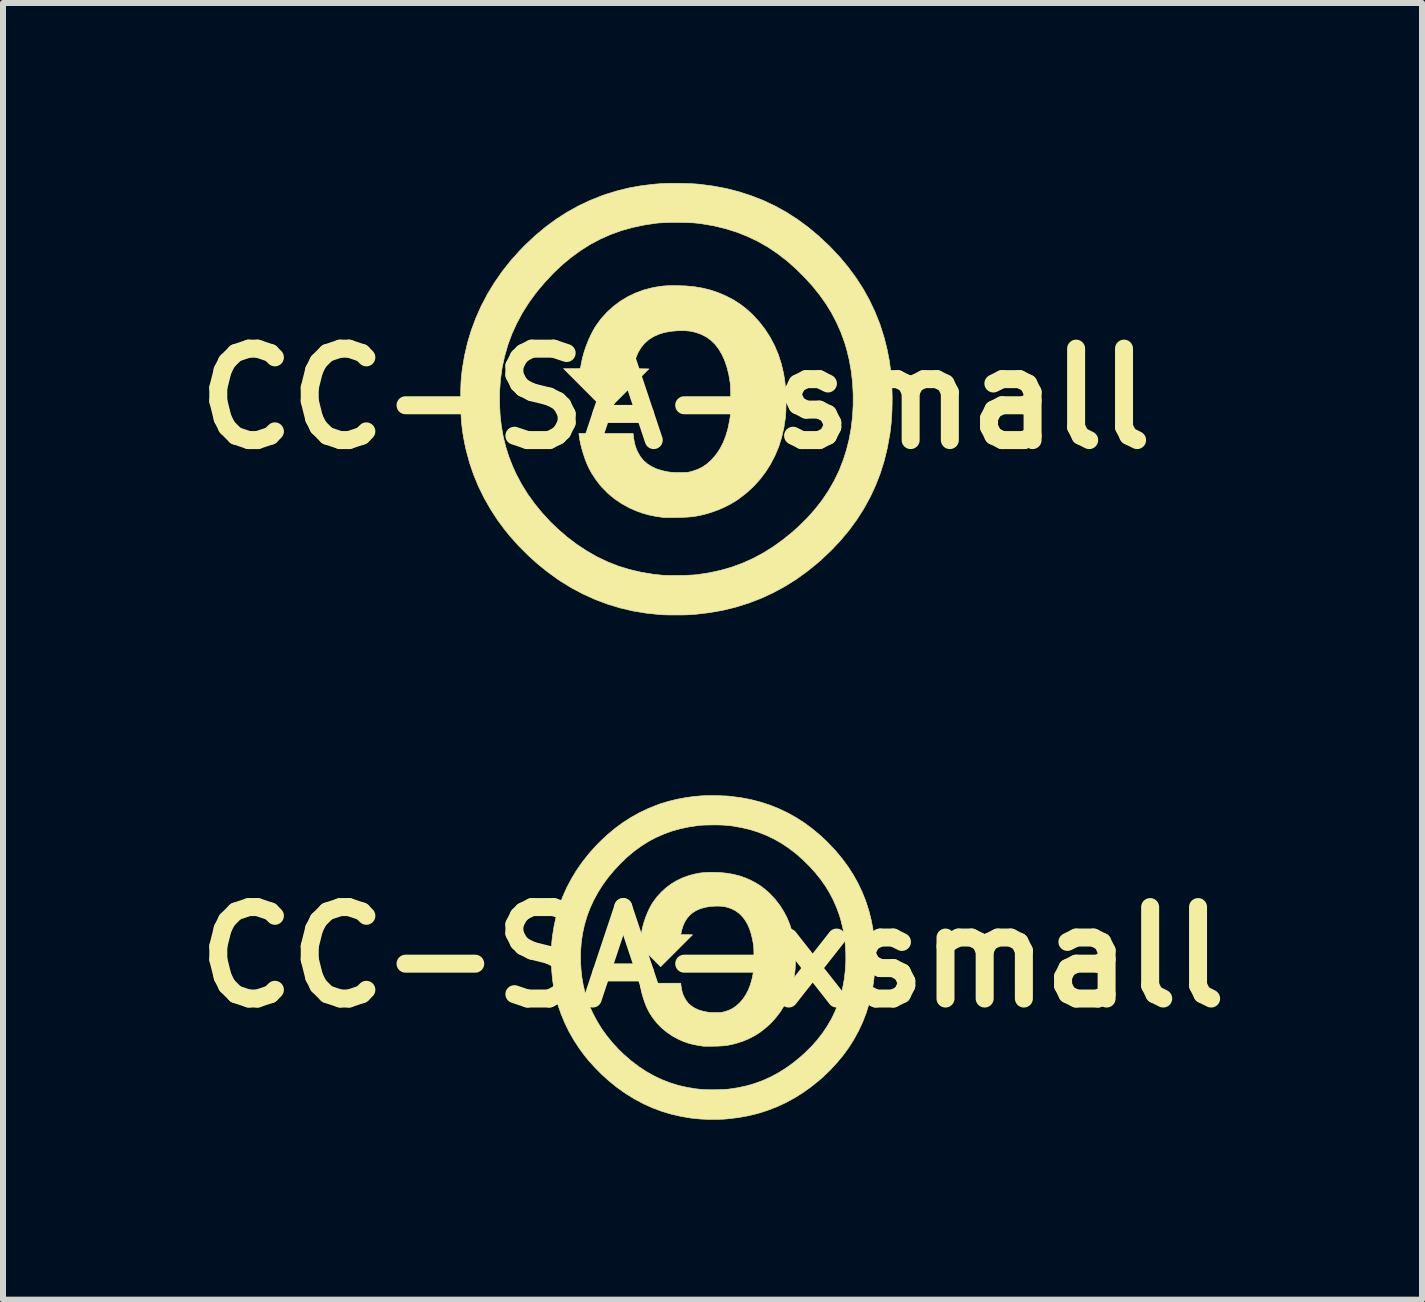
<source format=kicad_pcb>
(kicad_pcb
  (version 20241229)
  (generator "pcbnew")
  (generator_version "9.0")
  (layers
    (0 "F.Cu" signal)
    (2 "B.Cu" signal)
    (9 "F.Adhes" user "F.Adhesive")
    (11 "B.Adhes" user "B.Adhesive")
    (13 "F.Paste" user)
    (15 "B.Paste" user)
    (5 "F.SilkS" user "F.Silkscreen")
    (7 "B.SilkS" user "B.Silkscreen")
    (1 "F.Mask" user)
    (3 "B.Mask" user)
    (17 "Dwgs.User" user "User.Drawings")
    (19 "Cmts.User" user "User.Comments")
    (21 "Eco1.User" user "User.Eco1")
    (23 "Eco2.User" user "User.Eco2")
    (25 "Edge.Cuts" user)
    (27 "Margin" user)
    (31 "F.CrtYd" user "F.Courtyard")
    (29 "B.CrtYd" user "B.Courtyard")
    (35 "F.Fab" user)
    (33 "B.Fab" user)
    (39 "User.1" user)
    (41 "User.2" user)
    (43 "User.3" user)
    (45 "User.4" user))
  (footprint "CC-SA-small"
    (layer "F.Cu")
    (at 8.208 3.595)
    (property "Reference" "CC-SA-small" (at 0 0 0) (layer "F.SilkS") (effects (font (size 1.524 1.524) (thickness 0.3))))
    (attr through_hole)
    (fp_poly (pts (xy 0.169 -1.88) (xy 0.318 -1.866) (xy 0.459 -1.842) (xy 0.593 -1.808) (xy 0.723 -1.763) (xy 0.85 -1.708) (xy 0.857 -1.704) (xy 0.966 -1.647) (xy 1.065 -1.584) (xy 1.159 -1.514) (xy 1.251 -1.433) (xy 1.287 -1.399) (xy 1.395 -1.282) (xy 1.492 -1.156) (xy 1.578 -1.023) (xy 1.652 -0.882) (xy 1.714 -0.735) (xy 1.764 -0.58) (xy 1.801 -0.42) (xy 1.82 -0.305) (xy 1.831 -0.207) (xy 1.838 -0.102) (xy 1.842 0.007) (xy 1.842 0.115) (xy 1.839 0.217) (xy 1.832 0.311) (xy 1.831 0.318) (xy 1.806 0.484) (xy 1.769 0.645) (xy 1.72 0.8) (xy 1.658 0.947) (xy 1.585 1.088) (xy 1.501 1.221) (xy 1.406 1.346) (xy 1.3 1.462) (xy 1.183 1.57) (xy 1.055 1.668) (xy 1.025 1.689) (xy 0.917 1.755) (xy 0.8 1.814) (xy 0.676 1.866) (xy 0.548 1.909) (xy 0.496 1.923) (xy 0.431 1.939) (xy 0.369 1.952) (xy 0.31 1.962) (xy 0.248 1.969) (xy 0.183 1.974) (xy 0.109 1.977) (xy 0.025 1.979) (xy 0.014 1.979) (xy -0.038 1.98) (xy -0.087 1.98) (xy -0.13 1.98) (xy -0.165 1.979) (xy -0.191 1.979) (xy -0.205 1.978) (xy -0.205 1.978) (xy -0.327 1.961) (xy -0.44 1.938) (xy -0.545 1.909) (xy -0.646 1.873) (xy -0.746 1.83) (xy -0.773 1.817) (xy -0.9 1.747) (xy -1.019 1.666) (xy -1.128 1.575) (xy -1.228 1.474) (xy -1.317 1.363) (xy -1.396 1.244) (xy -1.443 1.157) (xy -1.475 1.088) (xy -1.506 1.008) (xy -1.535 0.922) (xy -1.561 0.834) (xy -1.583 0.747) (xy -1.599 0.666) (xy -1.605 0.619) (xy -1.61 0.579) (xy -0.707 0.579) (xy -0.699 0.647) (xy -0.687 0.719) (xy -0.672 0.782) (xy -0.651 0.842) (xy -0.627 0.894) (xy -0.585 0.967) (xy -0.533 1.03) (xy -0.471 1.085) (xy -0.399 1.131) (xy -0.317 1.169) (xy -0.223 1.198) (xy -0.148 1.215) (xy -0.113 1.221) (xy -0.079 1.225) (xy -0.043 1.228) (xy -0.001 1.23) (xy 0.051 1.23) (xy 0.067 1.23) (xy 0.115 1.23) (xy 0.153 1.229) (xy 0.182 1.228) (xy 0.206 1.226) (xy 0.229 1.222) (xy 0.252 1.216) (xy 0.272 1.211) (xy 0.363 1.181) (xy 0.447 1.14) (xy 0.524 1.087) (xy 0.597 1.022) (xy 0.61 1.008) (xy 0.681 0.924) (xy 0.743 0.831) (xy 0.796 0.728) (xy 0.84 0.614) (xy 0.876 0.49) (xy 0.903 0.355) (xy 0.911 0.303) (xy 0.914 0.273) (xy 0.917 0.231) (xy 0.919 0.18) (xy 0.92 0.122) (xy 0.921 0.06) (xy 0.921 -0.003) (xy 0.92 -0.066) (xy 0.919 -0.125) (xy 0.917 -0.178) (xy 0.915 -0.222) (xy 0.912 -0.256) (xy 0.912 -0.261) (xy 0.889 -0.398) (xy 0.858 -0.524) (xy 0.819 -0.638) (xy 0.773 -0.739) (xy 0.719 -0.83) (xy 0.658 -0.908) (xy 0.588 -0.975) (xy 0.511 -1.031) (xy 0.426 -1.074) (xy 0.344 -1.103) (xy 0.286 -1.118) (xy 0.229 -1.128) (xy 0.169 -1.133) (xy 0.103 -1.135) (xy 0.046 -1.134) (xy -0.072 -1.124) (xy -0.18 -1.105) (xy -0.278 -1.075) (xy -0.366 -1.036) (xy -0.444 -0.986) (xy -0.512 -0.927) (xy -0.571 -0.857) (xy -0.62 -0.777) (xy -0.659 -0.687) (xy -0.689 -0.587) (xy -0.701 -0.528) (xy -0.706 -0.501) (xy -0.575 -0.499) (xy -0.444 -0.497) (xy -1.154 0.212) (xy -1.51 -0.145) (xy -1.866 -0.501) (xy -1.727 -0.501) (xy -1.679 -0.501) (xy -1.644 -0.501) (xy -1.619 -0.502) (xy -1.602 -0.504) (xy -1.592 -0.506) (xy -1.587 -0.509) (xy -1.585 -0.513) (xy -1.582 -0.526) (xy -1.577 -0.548) (xy -1.573 -0.572) (xy -1.552 -0.673) (xy -1.523 -0.779) (xy -1.487 -0.885) (xy -1.446 -0.988) (xy -1.4 -1.085) (xy -1.352 -1.174) (xy -1.32 -1.224) (xy -1.234 -1.34) (xy -1.137 -1.446) (xy -1.032 -1.541) (xy -0.918 -1.626) (xy -0.796 -1.7) (xy -0.668 -1.761) (xy -0.533 -1.811) (xy -0.408 -1.844) (xy -0.337 -1.859) (xy -0.27 -1.87) (xy -0.204 -1.878) (xy -0.134 -1.883) (xy -0.057 -1.885) (xy 0.011 -1.885) (xy 0.169 -1.88)) (stroke (width 0.01) (type solid)) (fill yes) (layer "F.SilkS"))
    (fp_poly (pts (xy 0.069 -3.589) (xy 0.155 -3.587) (xy 0.237 -3.585) (xy 0.313 -3.581) (xy 0.38 -3.576) (xy 0.402 -3.574) (xy 0.628 -3.544) (xy 0.848 -3.503) (xy 1.061 -3.448) (xy 1.267 -3.381) (xy 1.468 -3.302) (xy 1.663 -3.21) (xy 1.852 -3.105) (xy 2.035 -2.987) (xy 2.213 -2.856) (xy 2.386 -2.711) (xy 2.554 -2.554) (xy 2.579 -2.529) (xy 2.736 -2.363) (xy 2.879 -2.191) (xy 3.009 -2.014) (xy 3.127 -1.832) (xy 3.231 -1.645) (xy 3.322 -1.453) (xy 3.401 -1.255) (xy 3.417 -1.209) (xy 3.477 -1.019) (xy 3.525 -0.828) (xy 3.563 -0.635) (xy 3.589 -0.438) (xy 3.605 -0.235) (xy 3.611 -0.025) (xy 3.61 0.092) (xy 3.607 0.202) (xy 3.602 0.302) (xy 3.595 0.396) (xy 3.586 0.486) (xy 3.574 0.578) (xy 3.569 0.606) (xy 3.529 0.826) (xy 3.477 1.039) (xy 3.412 1.246) (xy 3.334 1.446) (xy 3.244 1.64) (xy 3.141 1.828) (xy 3.025 2.01) (xy 2.897 2.186) (xy 2.756 2.356) (xy 2.602 2.52) (xy 2.435 2.678) (xy 2.367 2.738) (xy 2.189 2.882) (xy 2.006 3.013) (xy 1.817 3.131) (xy 1.622 3.236) (xy 1.422 3.328) (xy 1.216 3.407) (xy 1.005 3.473) (xy 0.789 3.526) (xy 0.568 3.565) (xy 0.341 3.592) (xy 0.262 3.598) (xy 0.21 3.601) (xy 0.147 3.603) (xy 0.077 3.604) (xy 0.004 3.604) (xy -0.07 3.604) (xy -0.14 3.603) (xy -0.204 3.601) (xy -0.257 3.598) (xy -0.265 3.597) (xy -0.487 3.574) (xy -0.705 3.538) (xy -0.919 3.488) (xy -1.128 3.425) (xy -1.332 3.349) (xy -1.531 3.259) (xy -1.726 3.157) (xy -1.915 3.041) (xy -1.966 3.007) (xy -2.134 2.885) (xy -2.299 2.752) (xy -2.458 2.608) (xy -2.61 2.456) (xy -2.752 2.298) (xy -2.837 2.194) (xy -2.966 2.021) (xy -3.083 1.84) (xy -3.189 1.654) (xy -3.283 1.463) (xy -3.364 1.267) (xy -3.432 1.069) (xy -3.486 0.869) (xy -3.489 0.858) (xy -3.514 0.743) (xy -3.534 0.635) (xy -3.551 0.529) (xy -3.563 0.424) (xy -3.572 0.315) (xy -3.577 0.2) (xy -3.58 0.081) (xy -2.933 0.081) (xy -2.923 0.272) (xy -2.903 0.454) (xy -2.872 0.629) (xy -2.83 0.799) (xy -2.777 0.966) (xy -2.713 1.13) (xy -2.659 1.249) (xy -2.568 1.421) (xy -2.465 1.588) (xy -2.348 1.75) (xy -2.22 1.907) (xy -2.08 2.058) (xy -1.965 2.168) (xy -1.807 2.305) (xy -1.645 2.428) (xy -1.478 2.538) (xy -1.308 2.635) (xy -1.132 2.719) (xy -0.951 2.79) (xy -0.765 2.847) (xy -0.573 2.892) (xy -0.375 2.925) (xy -0.215 2.942) (xy -0.174 2.944) (xy -0.122 2.946) (xy -0.061 2.946) (xy 0.005 2.946) (xy 0.074 2.945) (xy 0.142 2.944) (xy 0.208 2.942) (xy 0.268 2.939) (xy 0.32 2.936) (xy 0.36 2.932) (xy 0.558 2.902) (xy 0.749 2.861) (xy 0.934 2.808) (xy 1.114 2.742) (xy 1.289 2.664) (xy 1.459 2.573) (xy 1.626 2.469) (xy 1.789 2.352) (xy 1.949 2.222) (xy 2.046 2.136) (xy 2.192 1.992) (xy 2.325 1.843) (xy 2.445 1.689) (xy 2.553 1.528) (xy 2.647 1.363) (xy 2.73 1.191) (xy 2.799 1.012) (xy 2.847 0.862) (xy 2.893 0.681) (xy 2.927 0.494) (xy 2.949 0.304) (xy 2.961 0.111) (xy 2.961 -0.083) (xy 2.95 -0.275) (xy 2.928 -0.465) (xy 2.895 -0.65) (xy 2.851 -0.83) (xy 2.819 -0.935) (xy 2.757 -1.106) (xy 2.684 -1.27) (xy 2.602 -1.428) (xy 2.508 -1.581) (xy 2.402 -1.73) (xy 2.285 -1.876) (xy 2.154 -2.02) (xy 2.012 -2.161) (xy 1.86 -2.296) (xy 1.702 -2.418) (xy 1.54 -2.527) (xy 1.372 -2.623) (xy 1.197 -2.706) (xy 1.017 -2.777) (xy 0.83 -2.835) (xy 0.637 -2.882) (xy 0.436 -2.916) (xy 0.353 -2.926) (xy 0.299 -2.931) (xy 0.233 -2.934) (xy 0.16 -2.937) (xy 0.082 -2.938) (xy 0.002 -2.939) (xy -0.078 -2.938) (xy -0.154 -2.936) (xy -0.223 -2.933) (xy -0.283 -2.929) (xy -0.314 -2.926) (xy -0.517 -2.896) (xy -0.712 -2.855) (xy -0.899 -2.803) (xy -1.08 -2.738) (xy -1.253 -2.661) (xy -1.421 -2.572) (xy -1.583 -2.47) (xy -1.74 -2.355) (xy -1.893 -2.228) (xy -2.036 -2.092) (xy -2.184 -1.934) (xy -2.32 -1.772) (xy -2.441 -1.606) (xy -2.55 -1.435) (xy -2.644 -1.26) (xy -2.726 -1.081) (xy -2.794 -0.897) (xy -2.848 -0.709) (xy -2.89 -0.517) (xy -2.917 -0.32) (xy -2.932 -0.12) (xy -2.933 0.081) (xy -3.58 0.081) (xy -3.58 0.075) (xy -3.58 0.011) (xy -3.58 -0.07) (xy -3.58 -0.139) (xy -3.578 -0.199) (xy -3.576 -0.253) (xy -3.573 -0.304) (xy -3.569 -0.354) (xy -3.564 -0.406) (xy -3.557 -0.462) (xy -3.552 -0.501) (xy -3.516 -0.718) (xy -3.466 -0.932) (xy -3.403 -1.141) (xy -3.327 -1.345) (xy -3.238 -1.545) (xy -3.136 -1.74) (xy -3.021 -1.929) (xy -2.894 -2.113) (xy -2.754 -2.291) (xy -2.601 -2.462) (xy -2.508 -2.558) (xy -2.342 -2.714) (xy -2.17 -2.858) (xy -1.992 -2.989) (xy -1.809 -3.107) (xy -1.62 -3.212) (xy -1.426 -3.304) (xy -1.225 -3.384) (xy -1.147 -3.411) (xy -0.962 -3.467) (xy -0.774 -3.513) (xy -0.58 -3.548) (xy -0.38 -3.573) (xy -0.233 -3.585) (xy -0.17 -3.588) (xy -0.096 -3.59) (xy -0.015 -3.59) (xy 0.069 -3.589)) (stroke (width 0.01) (type solid)) (fill yes) (layer "F.SilkS")))
  (footprint "CC-SA-xsmall"
    (layer "F.Cu")
    (at 8.825 12.902)
    (property "Reference" "CC-SA-xsmall" (at 0 0 0) (layer "F.SilkS") (effects (font (size 1.524 1.524) (thickness 0.3))))
    (attr through_hole)
    (fp_poly (pts (xy 0.127 -1.41) (xy 0.238 -1.399) (xy 0.344 -1.381) (xy 0.445 -1.356) (xy 0.543 -1.322) (xy 0.637 -1.281) (xy 0.643 -1.278) (xy 0.724 -1.235) (xy 0.799 -1.188) (xy 0.869 -1.135) (xy 0.938 -1.075) (xy 0.965 -1.049) (xy 1.046 -0.961) (xy 1.119 -0.867) (xy 1.183 -0.767) (xy 1.239 -0.662) (xy 1.285 -0.551) (xy 1.323 -0.435) (xy 1.351 -0.315) (xy 1.365 -0.229) (xy 1.373 -0.155) (xy 1.379 -0.076) (xy 1.382 0.005) (xy 1.382 0.086) (xy 1.379 0.163) (xy 1.374 0.233) (xy 1.373 0.238) (xy 1.355 0.363) (xy 1.327 0.484) (xy 1.29 0.6) (xy 1.244 0.711) (xy 1.189 0.816) (xy 1.126 0.916) (xy 1.054 1.009) (xy 0.975 1.097) (xy 0.887 1.177) (xy 0.792 1.251) (xy 0.769 1.267) (xy 0.688 1.316) (xy 0.6 1.361) (xy 0.507 1.4) (xy 0.411 1.431) (xy 0.372 1.442) (xy 0.323 1.454) (xy 0.277 1.464) (xy 0.232 1.471) (xy 0.186 1.477) (xy 0.137 1.48) (xy 0.082 1.483) (xy 0.019 1.484) (xy 0.011 1.484) (xy -0.029 1.485) (xy -0.065 1.485) (xy -0.098 1.485) (xy -0.124 1.485) (xy -0.143 1.484) (xy -0.153 1.484) (xy -0.153 1.484) (xy -0.245 1.47) (xy -0.33 1.453) (xy -0.409 1.432) (xy -0.485 1.405) (xy -0.56 1.372) (xy -0.579 1.363) (xy -0.675 1.31) (xy -0.764 1.249) (xy -0.846 1.181) (xy -0.921 1.105) (xy -0.988 1.022) (xy -1.047 0.933) (xy -1.082 0.868) (xy -1.106 0.816) (xy -1.129 0.756) (xy -1.151 0.691) (xy -1.171 0.625) (xy -1.187 0.56) (xy -1.199 0.499) (xy -1.204 0.464) (xy -1.208 0.434) (xy -0.53 0.434) (xy -0.524 0.485) (xy -0.515 0.539) (xy -0.504 0.587) (xy -0.488 0.632) (xy -0.47 0.67) (xy -0.438 0.725) (xy -0.4 0.773) (xy -0.353 0.814) (xy -0.3 0.848) (xy -0.238 0.877) (xy -0.168 0.899) (xy -0.111 0.911) (xy -0.085 0.916) (xy -0.059 0.919) (xy -0.032 0.921) (xy -0.001 0.922) (xy 0.038 0.923) (xy 0.05 0.923) (xy 0.087 0.923) (xy 0.115 0.922) (xy 0.136 0.921) (xy 0.155 0.919) (xy 0.171 0.916) (xy 0.189 0.912) (xy 0.204 0.908) (xy 0.272 0.885) (xy 0.335 0.855) (xy 0.393 0.815) (xy 0.447 0.766) (xy 0.457 0.756) (xy 0.511 0.693) (xy 0.557 0.623) (xy 0.597 0.546) (xy 0.63 0.461) (xy 0.657 0.368) (xy 0.678 0.266) (xy 0.683 0.228) (xy 0.686 0.205) (xy 0.688 0.173) (xy 0.689 0.135) (xy 0.69 0.091) (xy 0.691 0.045) (xy 0.691 -0.002) (xy 0.69 -0.049) (xy 0.689 -0.094) (xy 0.688 -0.133) (xy 0.686 -0.167) (xy 0.684 -0.192) (xy 0.684 -0.196) (xy 0.666 -0.299) (xy 0.643 -0.393) (xy 0.615 -0.478) (xy 0.58 -0.555) (xy 0.54 -0.622) (xy 0.493 -0.681) (xy 0.441 -0.731) (xy 0.383 -0.773) (xy 0.319 -0.806) (xy 0.258 -0.828) (xy 0.215 -0.839) (xy 0.172 -0.846) (xy 0.127 -0.85) (xy 0.077 -0.851) (xy 0.034 -0.85) (xy -0.054 -0.843) (xy -0.135 -0.828) (xy -0.208 -0.806) (xy -0.274 -0.777) (xy -0.333 -0.74) (xy -0.384 -0.695) (xy -0.428 -0.643) (xy -0.465 -0.583) (xy -0.494 -0.515) (xy -0.517 -0.44) (xy -0.526 -0.396) (xy -0.53 -0.376) (xy -0.431 -0.375) (xy -0.333 -0.373) (xy -0.599 -0.107) (xy -0.865 0.159) (xy -1.4 -0.376) (xy -1.295 -0.376) (xy -1.26 -0.376) (xy -1.233 -0.376) (xy -1.214 -0.377) (xy -1.202 -0.378) (xy -1.194 -0.38) (xy -1.19 -0.382) (xy -1.189 -0.385) (xy -1.186 -0.395) (xy -1.183 -0.411) (xy -1.18 -0.429) (xy -1.164 -0.505) (xy -1.142 -0.584) (xy -1.115 -0.664) (xy -1.084 -0.741) (xy -1.05 -0.814) (xy -1.014 -0.88) (xy -0.99 -0.918) (xy -0.925 -1.005) (xy -0.853 -1.084) (xy -0.774 -1.156) (xy -0.689 -1.22) (xy -0.597 -1.275) (xy -0.501 -1.321) (xy -0.399 -1.358) (xy -0.306 -1.383) (xy -0.253 -1.394) (xy -0.203 -1.403) (xy -0.153 -1.408) (xy -0.101 -1.412) (xy -0.043 -1.414) (xy 0.008 -1.414) (xy 0.127 -1.41)) (stroke (width 0.01) (type solid)) (fill yes) (layer "F.SilkS"))
    (fp_poly (pts (xy 0.052 -2.692) (xy 0.116 -2.691) (xy 0.178 -2.688) (xy 0.235 -2.686) (xy 0.285 -2.682) (xy 0.302 -2.68) (xy 0.471 -2.658) (xy 0.636 -2.627) (xy 0.795 -2.586) (xy 0.951 -2.536) (xy 1.101 -2.476) (xy 1.247 -2.407) (xy 1.389 -2.328) (xy 1.527 -2.24) (xy 1.66 -2.142) (xy 1.79 -2.034) (xy 1.916 -1.916) (xy 1.934 -1.897) (xy 2.052 -1.772) (xy 2.159 -1.643) (xy 2.257 -1.51) (xy 2.345 -1.374) (xy 2.423 -1.234) (xy 2.492 -1.089) (xy 2.551 -0.941) (xy 2.563 -0.907) (xy 2.608 -0.764) (xy 2.644 -0.621) (xy 2.672 -0.476) (xy 2.692 -0.328) (xy 2.704 -0.176) (xy 2.708 -0.019) (xy 2.708 0.069) (xy 2.705 0.152) (xy 2.702 0.227) (xy 2.696 0.297) (xy 2.689 0.365) (xy 2.68 0.433) (xy 2.677 0.455) (xy 2.647 0.619) (xy 2.608 0.779) (xy 2.559 0.934) (xy 2.501 1.084) (xy 2.433 1.23) (xy 2.356 1.371) (xy 2.269 1.508) (xy 2.173 1.64) (xy 2.067 1.767) (xy 1.952 1.89) (xy 1.827 2.009) (xy 1.775 2.054) (xy 1.642 2.161) (xy 1.504 2.26) (xy 1.362 2.348) (xy 1.216 2.427) (xy 1.066 2.496) (xy 0.912 2.555) (xy 0.754 2.605) (xy 0.592 2.644) (xy 0.426 2.674) (xy 0.256 2.694) (xy 0.197 2.699) (xy 0.157 2.701) (xy 0.11 2.702) (xy 0.058 2.703) (xy 0.003 2.703) (xy -0.052 2.703) (xy -0.105 2.702) (xy -0.153 2.7) (xy -0.193 2.698) (xy -0.198 2.698) (xy -0.365 2.681) (xy -0.529 2.653) (xy -0.689 2.616) (xy -0.846 2.569) (xy -0.999 2.512) (xy -1.148 2.445) (xy -1.294 2.367) (xy -1.437 2.28) (xy -1.474 2.255) (xy -1.601 2.164) (xy -1.724 2.064) (xy -1.844 1.956) (xy -1.957 1.842) (xy -2.064 1.724) (xy -2.128 1.646) (xy -2.224 1.516) (xy -2.312 1.38) (xy -2.392 1.24) (xy -2.462 1.097) (xy -2.523 0.95) (xy -2.574 0.802) (xy -2.615 0.652) (xy -2.617 0.643) (xy -2.635 0.557) (xy -2.651 0.476) (xy -2.663 0.397) (xy -2.672 0.318) (xy -2.679 0.236) (xy -2.683 0.15) (xy -2.685 0.061) (xy -2.2 0.061) (xy -2.192 0.204) (xy -2.177 0.34) (xy -2.154 0.472) (xy -2.123 0.599) (xy -2.083 0.724) (xy -2.035 0.848) (xy -1.994 0.937) (xy -1.926 1.065) (xy -1.849 1.191) (xy -1.761 1.313) (xy -1.665 1.43) (xy -1.56 1.543) (xy -1.474 1.626) (xy -1.355 1.729) (xy -1.234 1.821) (xy -1.109 1.904) (xy -0.981 1.976) (xy -0.849 2.039) (xy -0.714 2.092) (xy -0.574 2.136) (xy -0.43 2.169) (xy -0.282 2.194) (xy -0.161 2.206) (xy -0.13 2.208) (xy -0.091 2.209) (xy -0.046 2.21) (xy 0.004 2.21) (xy 0.055 2.209) (xy 0.107 2.208) (xy 0.156 2.206) (xy 0.201 2.204) (xy 0.24 2.202) (xy 0.27 2.199) (xy 0.418 2.177) (xy 0.562 2.146) (xy 0.701 2.106) (xy 0.836 2.057) (xy 0.967 1.998) (xy 1.094 1.93) (xy 1.219 1.852) (xy 1.342 1.764) (xy 1.462 1.666) (xy 1.534 1.602) (xy 1.644 1.494) (xy 1.744 1.382) (xy 1.834 1.266) (xy 1.914 1.146) (xy 1.986 1.022) (xy 2.047 0.893) (xy 2.1 0.759) (xy 2.136 0.646) (xy 2.169 0.511) (xy 2.195 0.371) (xy 2.212 0.228) (xy 2.221 0.083) (xy 2.221 -0.062) (xy 2.213 -0.206) (xy 2.196 -0.349) (xy 2.171 -0.488) (xy 2.138 -0.622) (xy 2.114 -0.701) (xy 2.067 -0.829) (xy 2.013 -0.952) (xy 1.951 -1.071) (xy 1.881 -1.186) (xy 1.802 -1.298) (xy 1.714 -1.407) (xy 1.616 -1.515) (xy 1.509 -1.621) (xy 1.395 -1.722) (xy 1.277 -1.813) (xy 1.155 -1.895) (xy 1.029 -1.967) (xy 0.898 -2.03) (xy 0.763 -2.083) (xy 0.623 -2.127) (xy 0.477 -2.161) (xy 0.327 -2.187) (xy 0.265 -2.194) (xy 0.224 -2.198) (xy 0.175 -2.201) (xy 0.12 -2.203) (xy 0.062 -2.204) (xy 0.001 -2.204) (xy -0.058 -2.203) (xy -0.115 -2.202) (xy -0.168 -2.2) (xy -0.213 -2.197) (xy -0.235 -2.194) (xy -0.388 -2.172) (xy -0.534 -2.141) (xy -0.675 -2.102) (xy -0.81 -2.053) (xy -0.94 -1.996) (xy -1.066 -1.929) (xy -1.187 -1.853) (xy -1.305 -1.767) (xy -1.42 -1.671) (xy -1.527 -1.569) (xy -1.638 -1.451) (xy -1.74 -1.329) (xy -1.831 -1.204) (xy -1.912 -1.076) (xy -1.983 -0.945) (xy -2.044 -0.811) (xy -2.095 -0.673) (xy -2.136 -0.532) (xy -2.167 -0.388) (xy -2.188 -0.24) (xy -2.199 -0.09) (xy -2.2 0.061) (xy -2.685 0.061) (xy -2.685 0.056) (xy -2.685 0.008) (xy -2.685 -0.052) (xy -2.685 -0.104) (xy -2.684 -0.149) (xy -2.682 -0.19) (xy -2.68 -0.228) (xy -2.677 -0.265) (xy -2.673 -0.304) (xy -2.668 -0.347) (xy -2.664 -0.376) (xy -2.637 -0.539) (xy -2.6 -0.699) (xy -2.553 -0.856) (xy -2.496 -1.009) (xy -2.429 -1.159) (xy -2.352 -1.305) (xy -2.266 -1.447) (xy -2.17 -1.585) (xy -2.065 -1.718) (xy -1.951 -1.847) (xy -1.881 -1.918) (xy -1.756 -2.036) (xy -1.627 -2.144) (xy -1.494 -2.242) (xy -1.357 -2.33) (xy -1.215 -2.409) (xy -1.069 -2.478) (xy -0.919 -2.538) (xy -0.86 -2.559) (xy -0.721 -2.6) (xy -0.58 -2.634) (xy -0.435 -2.661) (xy -0.285 -2.68) (xy -0.175 -2.689) (xy -0.127 -2.691) (xy -0.072 -2.692) (xy -0.011 -2.692) (xy 0.052 -2.692)) (stroke (width 0.01) (type solid)) (fill yes) (layer "F.SilkS")))
  (gr_rect
    (start -3 -3)
    (end 20.649 18.61)
    (stroke (width 0.1) (type default))
    (fill no)
    (layer "Edge.Cuts")))
</source>
